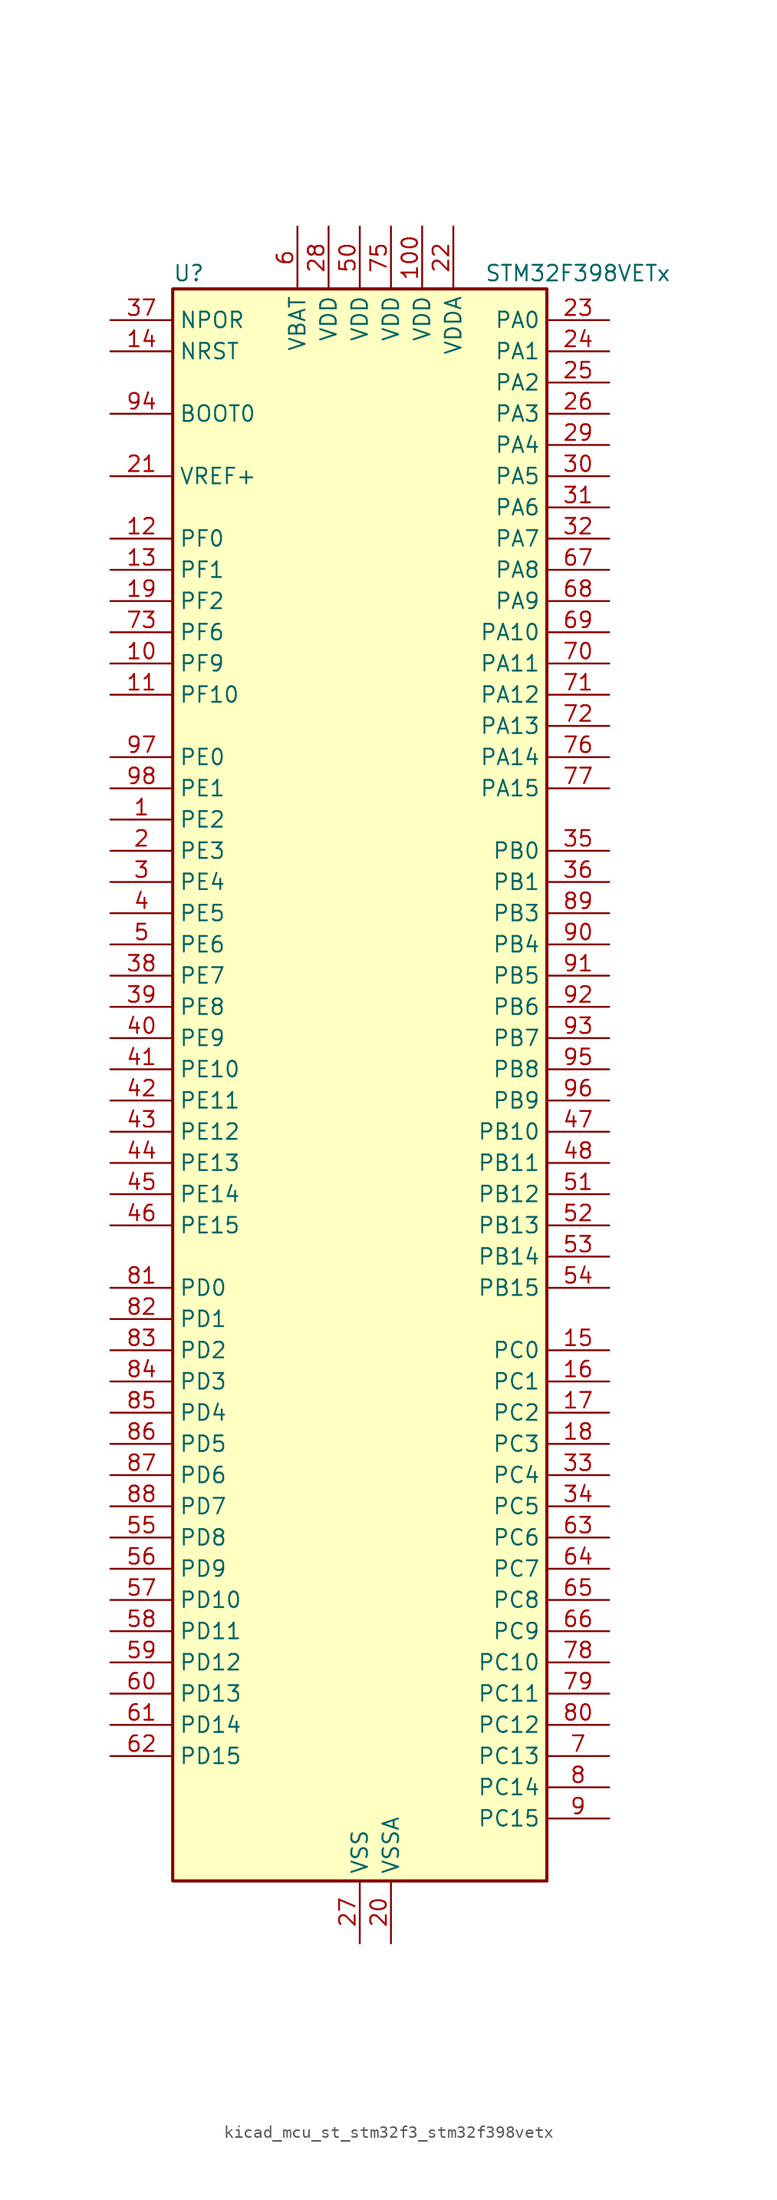
<source format=kicad_sym>
(kicad_symbol_lib
  (version 20220914)
  (generator kicad_symbol_editor)
  (symbol "kicad_mcu_st_stm32f3_stm32f398vetx"
    (property "Reference" "U"
      (at -15.24 67.31 0)
      (effects (font (size 1.27 1.27)) (justify left)))
    (property "Value" "STM32F398VETx"
      (at 10.16 67.31 0)
      (effects (font (size 1.27 1.27)) (justify left)))
    (property "ki_locked" ""
      (at 0 0 0)
      (effects (font (size 1.27 1.27))))
    (symbol "kicad_mcu_st_stm32f3_stm32f398vetx_0_1"
      (rectangle (start -15.24 -63.5) (end 15.24 66.04) (stroke (width 0.254) (type default)) (fill (type background))))
    (symbol "kicad_mcu_st_stm32f3_stm32f398vetx_1_1"
      (pin bidirectional line (at -20.32 22.86 0) (length 5.08) (name "PE2" (effects (font (size 1.27 1.27)))) (number "1" (effects (font (size 1.27 1.27)))) (alternate "ADC3_EXTI2" bidirectional line) (alternate "ADC4_EXTI2" bidirectional line) (alternate "FMC_A23" bidirectional line) (alternate "SPI4_SCK" bidirectional line) (alternate "SYS_TRACECK" bidirectional line) (alternate "TIM20_CH1" bidirectional line) (alternate "TIM3_CH1" bidirectional line) (alternate "TSC_G7_IO1" bidirectional line))
      (pin bidirectional line (at -20.32 35.56 0) (length 5.08) (name "PF9" (effects (font (size 1.27 1.27)))) (number "10" (effects (font (size 1.27 1.27)))) (alternate "DAC1_EXTI9" bidirectional line) (alternate "FMC_CD" bidirectional line) (alternate "SPI2_SCK" bidirectional line) (alternate "TIM15_CH1" bidirectional line) (alternate "TIM20_BKIN" bidirectional line))
      (pin power_in line (at 5.08 71.12 270) (length 5.08) (name "VDD" (effects (font (size 1.27 1.27)))) (number "100" (effects (font (size 1.27 1.27)))))
      (pin bidirectional line (at -20.32 33.02 0) (length 5.08) (name "PF10" (effects (font (size 1.27 1.27)))) (number "11" (effects (font (size 1.27 1.27)))) (alternate "FMC_INTR" bidirectional line) (alternate "SPI2_SCK" bidirectional line) (alternate "TIM15_CH2" bidirectional line) (alternate "TIM20_BKIN2" bidirectional line))
      (pin bidirectional line (at -20.32 45.72 0) (length 5.08) (name "PF0" (effects (font (size 1.27 1.27)))) (number "12" (effects (font (size 1.27 1.27)))) (alternate "I2C2_SDA" bidirectional line) (alternate "I2S2_WS" bidirectional line) (alternate "RCC_OSC_IN" bidirectional line) (alternate "SPI2_NSS" bidirectional line) (alternate "TIM1_CH3N" bidirectional line))
      (pin bidirectional line (at -20.32 43.18 0) (length 5.08) (name "PF1" (effects (font (size 1.27 1.27)))) (number "13" (effects (font (size 1.27 1.27)))) (alternate "I2C2_SCL" bidirectional line) (alternate "I2S2_CK" bidirectional line) (alternate "RCC_OSC_OUT" bidirectional line) (alternate "SPI2_SCK" bidirectional line))
      (pin input line (at -20.32 60.96 0) (length 5.08) (name "NRST" (effects (font (size 1.27 1.27)))) (number "14" (effects (font (size 1.27 1.27)))))
      (pin bidirectional line (at 20.32 -20.32 180) (length 5.08) (name "PC0" (effects (font (size 1.27 1.27)))) (number "15" (effects (font (size 1.27 1.27)))) (alternate "ADC1_IN6" bidirectional line) (alternate "ADC2_IN6" bidirectional line) (alternate "COMP7_INM" bidirectional line) (alternate "TIM1_CH1" bidirectional line))
      (pin bidirectional line (at 20.32 -22.86 180) (length 5.08) (name "PC1" (effects (font (size 1.27 1.27)))) (number "16" (effects (font (size 1.27 1.27)))) (alternate "ADC1_IN7" bidirectional line) (alternate "ADC2_IN7" bidirectional line) (alternate "COMP7_INP" bidirectional line) (alternate "TIM1_CH2" bidirectional line))
      (pin bidirectional line (at 20.32 -25.4 180) (length 5.08) (name "PC2" (effects (font (size 1.27 1.27)))) (number "17" (effects (font (size 1.27 1.27)))) (alternate "ADC1_IN8" bidirectional line) (alternate "ADC2_IN8" bidirectional line) (alternate "ADC3_EXTI2" bidirectional line) (alternate "ADC4_EXTI2" bidirectional line) (alternate "COMP7_OUT" bidirectional line) (alternate "TIM1_CH3" bidirectional line))
      (pin bidirectional line (at 20.32 -27.94 180) (length 5.08) (name "PC3" (effects (font (size 1.27 1.27)))) (number "18" (effects (font (size 1.27 1.27)))) (alternate "ADC1_IN9" bidirectional line) (alternate "ADC2_IN9" bidirectional line) (alternate "TIM1_BKIN2" bidirectional line) (alternate "TIM1_CH4" bidirectional line))
      (pin bidirectional line (at -20.32 40.64 0) (length 5.08) (name "PF2" (effects (font (size 1.27 1.27)))) (number "19" (effects (font (size 1.27 1.27)))) (alternate "ADC1_IN10" bidirectional line) (alternate "ADC2_IN10" bidirectional line) (alternate "ADC3_EXTI2" bidirectional line) (alternate "ADC4_EXTI2" bidirectional line) (alternate "FMC_A2" bidirectional line) (alternate "TIM20_CH3" bidirectional line))
      (pin bidirectional line (at -20.32 20.32 0) (length 5.08) (name "PE3" (effects (font (size 1.27 1.27)))) (number "2" (effects (font (size 1.27 1.27)))) (alternate "FMC_A19" bidirectional line) (alternate "SPI4_NSS" bidirectional line) (alternate "SYS_TRACED0" bidirectional line) (alternate "TIM20_CH2" bidirectional line) (alternate "TIM3_CH2" bidirectional line) (alternate "TSC_G7_IO2" bidirectional line))
      (pin power_in line (at 2.54 -68.58 90) (length 5.08) (name "VSSA" (effects (font (size 1.27 1.27)))) (number "20" (effects (font (size 1.27 1.27)))))
      (pin input line (at -20.32 50.8 0) (length 5.08) (name "VREF+" (effects (font (size 1.27 1.27)))) (number "21" (effects (font (size 1.27 1.27)))))
      (pin power_in line (at 7.62 71.12 270) (length 5.08) (name "VDDA" (effects (font (size 1.27 1.27)))) (number "22" (effects (font (size 1.27 1.27)))))
      (pin bidirectional line (at 20.32 63.5 180) (length 5.08) (name "PA0" (effects (font (size 1.27 1.27)))) (number "23" (effects (font (size 1.27 1.27)))) (alternate "ADC1_IN1" bidirectional line) (alternate "COMP1_INM" bidirectional line) (alternate "COMP1_OUT" bidirectional line) (alternate "RTC_TAMP2" bidirectional line) (alternate "SYS_WKUP1" bidirectional line) (alternate "TIM2_CH1" bidirectional line) (alternate "TIM2_ETR" bidirectional line) (alternate "TIM8_BKIN" bidirectional line) (alternate "TIM8_ETR" bidirectional line) (alternate "TSC_G1_IO1" bidirectional line) (alternate "USART2_CTS" bidirectional line))
      (pin bidirectional line (at 20.32 60.96 180) (length 5.08) (name "PA1" (effects (font (size 1.27 1.27)))) (number "24" (effects (font (size 1.27 1.27)))) (alternate "ADC1_IN2" bidirectional line) (alternate "COMP1_INP" bidirectional line) (alternate "OPAMP1_VINP" bidirectional line) (alternate "OPAMP1_VINP_SEC" bidirectional line) (alternate "OPAMP3_VINP" bidirectional line) (alternate "OPAMP3_VINP_SEC" bidirectional line) (alternate "RTC_REFIN" bidirectional line) (alternate "TIM15_CH1N" bidirectional line) (alternate "TIM2_CH2" bidirectional line) (alternate "TSC_G1_IO2" bidirectional line) (alternate "USART2_DE" bidirectional line) (alternate "USART2_RTS" bidirectional line))
      (pin bidirectional line (at 20.32 58.42 180) (length 5.08) (name "PA2" (effects (font (size 1.27 1.27)))) (number "25" (effects (font (size 1.27 1.27)))) (alternate "ADC1_IN3" bidirectional line) (alternate "ADC3_EXTI2" bidirectional line) (alternate "ADC4_EXTI2" bidirectional line) (alternate "COMP2_INM" bidirectional line) (alternate "COMP2_OUT" bidirectional line) (alternate "OPAMP1_VOUT" bidirectional line) (alternate "TIM15_CH1" bidirectional line) (alternate "TIM2_CH3" bidirectional line) (alternate "TSC_G1_IO3" bidirectional line) (alternate "USART2_TX" bidirectional line))
      (pin bidirectional line (at 20.32 55.88 180) (length 5.08) (name "PA3" (effects (font (size 1.27 1.27)))) (number "26" (effects (font (size 1.27 1.27)))) (alternate "ADC1_IN4" bidirectional line) (alternate "OPAMP1_VINM" bidirectional line) (alternate "OPAMP1_VINM_SEC" bidirectional line) (alternate "OPAMP1_VINP" bidirectional line) (alternate "OPAMP1_VINP_SEC" bidirectional line) (alternate "TIM15_CH2" bidirectional line) (alternate "TIM2_CH4" bidirectional line) (alternate "TSC_G1_IO4" bidirectional line) (alternate "USART2_RX" bidirectional line))
      (pin power_in line (at 0 -68.58 90) (length 5.08) (name "VSS" (effects (font (size 1.27 1.27)))) (number "27" (effects (font (size 1.27 1.27)))))
      (pin power_in line (at -2.54 71.12 270) (length 5.08) (name "VDD" (effects (font (size 1.27 1.27)))) (number "28" (effects (font (size 1.27 1.27)))))
      (pin bidirectional line (at 20.32 53.34 180) (length 5.08) (name "PA4" (effects (font (size 1.27 1.27)))) (number "29" (effects (font (size 1.27 1.27)))) (alternate "ADC2_IN1" bidirectional line) (alternate "COMP1_INM" bidirectional line) (alternate "COMP2_INM" bidirectional line) (alternate "COMP3_INM" bidirectional line) (alternate "COMP4_INM" bidirectional line) (alternate "COMP5_INM" bidirectional line) (alternate "COMP6_INM" bidirectional line) (alternate "COMP7_INM" bidirectional line) (alternate "DAC1_OUT1" bidirectional line) (alternate "I2S3_WS" bidirectional line) (alternate "OPAMP4_VINP" bidirectional line) (alternate "OPAMP4_VINP_SEC" bidirectional line) (alternate "SPI1_NSS" bidirectional line) (alternate "SPI3_NSS" bidirectional line) (alternate "TIM3_CH2" bidirectional line) (alternate "TSC_G2_IO1" bidirectional line) (alternate "USART2_CK" bidirectional line))
      (pin bidirectional line (at -20.32 17.78 0) (length 5.08) (name "PE4" (effects (font (size 1.27 1.27)))) (number "3" (effects (font (size 1.27 1.27)))) (alternate "FMC_A20" bidirectional line) (alternate "SPI4_NSS" bidirectional line) (alternate "SYS_TRACED1" bidirectional line) (alternate "TIM20_CH1N" bidirectional line) (alternate "TIM3_CH3" bidirectional line) (alternate "TSC_G7_IO3" bidirectional line))
      (pin bidirectional line (at 20.32 50.8 180) (length 5.08) (name "PA5" (effects (font (size 1.27 1.27)))) (number "30" (effects (font (size 1.27 1.27)))) (alternate "ADC2_IN2" bidirectional line) (alternate "COMP1_INM" bidirectional line) (alternate "COMP2_INM" bidirectional line) (alternate "COMP3_INM" bidirectional line) (alternate "COMP4_INM" bidirectional line) (alternate "COMP5_INM" bidirectional line) (alternate "COMP6_INM" bidirectional line) (alternate "COMP7_INM" bidirectional line) (alternate "DAC1_OUT2" bidirectional line) (alternate "OPAMP1_VINP" bidirectional line) (alternate "OPAMP1_VINP_SEC" bidirectional line) (alternate "OPAMP2_VINM" bidirectional line) (alternate "OPAMP2_VINM_SEC" bidirectional line) (alternate "OPAMP3_VINP" bidirectional line) (alternate "OPAMP3_VINP_SEC" bidirectional line) (alternate "SPI1_SCK" bidirectional line) (alternate "TIM2_CH1" bidirectional line) (alternate "TIM2_ETR" bidirectional line) (alternate "TSC_G2_IO2" bidirectional line))
      (pin bidirectional line (at 20.32 48.26 180) (length 5.08) (name "PA6" (effects (font (size 1.27 1.27)))) (number "31" (effects (font (size 1.27 1.27)))) (alternate "ADC2_IN3" bidirectional line) (alternate "COMP1_OUT" bidirectional line) (alternate "OPAMP2_VOUT" bidirectional line) (alternate "SPI1_MISO" bidirectional line) (alternate "TIM16_CH1" bidirectional line) (alternate "TIM1_BKIN" bidirectional line) (alternate "TIM3_CH1" bidirectional line) (alternate "TIM8_BKIN" bidirectional line) (alternate "TSC_G2_IO3" bidirectional line))
      (pin bidirectional line (at 20.32 45.72 180) (length 5.08) (name "PA7" (effects (font (size 1.27 1.27)))) (number "32" (effects (font (size 1.27 1.27)))) (alternate "ADC2_IN4" bidirectional line) (alternate "COMP2_INP" bidirectional line) (alternate "OPAMP1_VINP" bidirectional line) (alternate "OPAMP1_VINP_SEC" bidirectional line) (alternate "OPAMP2_VINP" bidirectional line) (alternate "OPAMP2_VINP_SEC" bidirectional line) (alternate "SPI1_MOSI" bidirectional line) (alternate "TIM17_CH1" bidirectional line) (alternate "TIM1_CH1N" bidirectional line) (alternate "TIM3_CH2" bidirectional line) (alternate "TIM8_CH1N" bidirectional line) (alternate "TSC_G2_IO4" bidirectional line))
      (pin bidirectional line (at 20.32 -30.48 180) (length 5.08) (name "PC4" (effects (font (size 1.27 1.27)))) (number "33" (effects (font (size 1.27 1.27)))) (alternate "ADC2_IN5" bidirectional line) (alternate "TIM1_ETR" bidirectional line) (alternate "USART1_TX" bidirectional line))
      (pin bidirectional line (at 20.32 -33.02 180) (length 5.08) (name "PC5" (effects (font (size 1.27 1.27)))) (number "34" (effects (font (size 1.27 1.27)))) (alternate "ADC2_IN11" bidirectional line) (alternate "OPAMP1_VINM" bidirectional line) (alternate "OPAMP1_VINM_SEC" bidirectional line) (alternate "OPAMP2_VINM" bidirectional line) (alternate "OPAMP2_VINM_SEC" bidirectional line) (alternate "TIM15_BKIN" bidirectional line) (alternate "TSC_G3_IO1" bidirectional line) (alternate "USART1_RX" bidirectional line))
      (pin bidirectional line (at 20.32 20.32 180) (length 5.08) (name "PB0" (effects (font (size 1.27 1.27)))) (number "35" (effects (font (size 1.27 1.27)))) (alternate "ADC3_IN12" bidirectional line) (alternate "COMP4_INP" bidirectional line) (alternate "OPAMP2_VINP" bidirectional line) (alternate "OPAMP2_VINP_SEC" bidirectional line) (alternate "OPAMP3_VINP" bidirectional line) (alternate "OPAMP3_VINP_SEC" bidirectional line) (alternate "TIM1_CH2N" bidirectional line) (alternate "TIM3_CH3" bidirectional line) (alternate "TIM8_CH2N" bidirectional line) (alternate "TSC_G3_IO2" bidirectional line))
      (pin bidirectional line (at 20.32 17.78 180) (length 5.08) (name "PB1" (effects (font (size 1.27 1.27)))) (number "36" (effects (font (size 1.27 1.27)))) (alternate "ADC3_IN1" bidirectional line) (alternate "COMP4_OUT" bidirectional line) (alternate "OPAMP3_VOUT" bidirectional line) (alternate "TIM1_CH3N" bidirectional line) (alternate "TIM3_CH4" bidirectional line) (alternate "TIM8_CH3N" bidirectional line) (alternate "TSC_G3_IO3" bidirectional line))
      (pin input line (at -20.32 63.5 0) (length 5.08) (name "NPOR" (effects (font (size 1.27 1.27)))) (number "37" (effects (font (size 1.27 1.27)))))
      (pin bidirectional line (at -20.32 10.16 0) (length 5.08) (name "PE7" (effects (font (size 1.27 1.27)))) (number "38" (effects (font (size 1.27 1.27)))) (alternate "ADC3_IN13" bidirectional line) (alternate "FMC_D4" bidirectional line) (alternate "FMC_DA4" bidirectional line) (alternate "TIM1_ETR" bidirectional line))
      (pin bidirectional line (at -20.32 7.62 0) (length 5.08) (name "PE8" (effects (font (size 1.27 1.27)))) (number "39" (effects (font (size 1.27 1.27)))) (alternate "ADC3_IN6" bidirectional line) (alternate "ADC4_IN6" bidirectional line) (alternate "COMP4_INM" bidirectional line) (alternate "FMC_D5" bidirectional line) (alternate "FMC_DA5" bidirectional line) (alternate "TIM1_CH1N" bidirectional line))
      (pin bidirectional line (at -20.32 15.24 0) (length 5.08) (name "PE5" (effects (font (size 1.27 1.27)))) (number "4" (effects (font (size 1.27 1.27)))) (alternate "FMC_A21" bidirectional line) (alternate "SPI4_MISO" bidirectional line) (alternate "SYS_TRACED2" bidirectional line) (alternate "TIM20_CH2N" bidirectional line) (alternate "TIM3_CH4" bidirectional line) (alternate "TSC_G7_IO4" bidirectional line))
      (pin bidirectional line (at -20.32 5.08 0) (length 5.08) (name "PE9" (effects (font (size 1.27 1.27)))) (number "40" (effects (font (size 1.27 1.27)))) (alternate "ADC3_IN2" bidirectional line) (alternate "DAC1_EXTI9" bidirectional line) (alternate "FMC_D6" bidirectional line) (alternate "FMC_DA6" bidirectional line) (alternate "TIM1_CH1" bidirectional line))
      (pin bidirectional line (at -20.32 2.54 0) (length 5.08) (name "PE10" (effects (font (size 1.27 1.27)))) (number "41" (effects (font (size 1.27 1.27)))) (alternate "ADC3_IN14" bidirectional line) (alternate "FMC_D7" bidirectional line) (alternate "FMC_DA7" bidirectional line) (alternate "TIM1_CH2N" bidirectional line))
      (pin bidirectional line (at -20.32 0 0) (length 5.08) (name "PE11" (effects (font (size 1.27 1.27)))) (number "42" (effects (font (size 1.27 1.27)))) (alternate "ADC1_EXTI11" bidirectional line) (alternate "ADC2_EXTI11" bidirectional line) (alternate "ADC3_IN15" bidirectional line) (alternate "FMC_D8" bidirectional line) (alternate "FMC_DA8" bidirectional line) (alternate "SPI4_NSS" bidirectional line) (alternate "TIM1_CH2" bidirectional line))
      (pin bidirectional line (at -20.32 -2.54 0) (length 5.08) (name "PE12" (effects (font (size 1.27 1.27)))) (number "43" (effects (font (size 1.27 1.27)))) (alternate "ADC3_IN16" bidirectional line) (alternate "FMC_D9" bidirectional line) (alternate "FMC_DA9" bidirectional line) (alternate "SPI4_SCK" bidirectional line) (alternate "TIM1_CH3N" bidirectional line))
      (pin bidirectional line (at -20.32 -5.08 0) (length 5.08) (name "PE13" (effects (font (size 1.27 1.27)))) (number "44" (effects (font (size 1.27 1.27)))) (alternate "ADC3_IN3" bidirectional line) (alternate "FMC_D10" bidirectional line) (alternate "FMC_DA10" bidirectional line) (alternate "SPI4_MISO" bidirectional line) (alternate "TIM1_CH3" bidirectional line))
      (pin bidirectional line (at -20.32 -7.62 0) (length 5.08) (name "PE14" (effects (font (size 1.27 1.27)))) (number "45" (effects (font (size 1.27 1.27)))) (alternate "ADC4_IN1" bidirectional line) (alternate "FMC_D11" bidirectional line) (alternate "FMC_DA11" bidirectional line) (alternate "SPI4_MOSI" bidirectional line) (alternate "TIM1_BKIN2" bidirectional line) (alternate "TIM1_CH4" bidirectional line))
      (pin bidirectional line (at -20.32 -10.16 0) (length 5.08) (name "PE15" (effects (font (size 1.27 1.27)))) (number "46" (effects (font (size 1.27 1.27)))) (alternate "ADC1_EXTI15" bidirectional line) (alternate "ADC2_EXTI15" bidirectional line) (alternate "ADC3_EXTI15" bidirectional line) (alternate "ADC4_EXTI15" bidirectional line) (alternate "ADC4_IN2" bidirectional line) (alternate "FMC_D12" bidirectional line) (alternate "FMC_DA12" bidirectional line) (alternate "TIM1_BKIN" bidirectional line) (alternate "USART3_RX" bidirectional line))
      (pin bidirectional line (at 20.32 -2.54 180) (length 5.08) (name "PB10" (effects (font (size 1.27 1.27)))) (number "47" (effects (font (size 1.27 1.27)))) (alternate "COMP5_INM" bidirectional line) (alternate "OPAMP3_VINM" bidirectional line) (alternate "OPAMP3_VINM_SEC" bidirectional line) (alternate "OPAMP4_VINM" bidirectional line) (alternate "OPAMP4_VINM_SEC" bidirectional line) (alternate "TIM2_CH3" bidirectional line) (alternate "TSC_SYNC" bidirectional line) (alternate "USART3_TX" bidirectional line))
      (pin bidirectional line (at 20.32 -5.08 180) (length 5.08) (name "PB11" (effects (font (size 1.27 1.27)))) (number "48" (effects (font (size 1.27 1.27)))) (alternate "ADC1_EXTI11" bidirectional line) (alternate "ADC1_IN14" bidirectional line) (alternate "ADC2_EXTI11" bidirectional line) (alternate "ADC2_IN14" bidirectional line) (alternate "COMP6_INP" bidirectional line) (alternate "OPAMP4_VINP" bidirectional line) (alternate "OPAMP4_VINP_SEC" bidirectional line) (alternate "TIM2_CH4" bidirectional line) (alternate "TSC_G6_IO1" bidirectional line) (alternate "USART3_RX" bidirectional line))
      (pin passive line (at 0 -68.58 90) (length 5.08) hide (name "VSS" (effects (font (size 1.27 1.27)))) (number "49" (effects (font (size 1.27 1.27)))))
      (pin bidirectional line (at -20.32 12.7 0) (length 5.08) (name "PE6" (effects (font (size 1.27 1.27)))) (number "5" (effects (font (size 1.27 1.27)))) (alternate "FMC_A22" bidirectional line) (alternate "RTC_TAMP3" bidirectional line) (alternate "SPI4_MOSI" bidirectional line) (alternate "SYS_TRACED3" bidirectional line) (alternate "SYS_WKUP3" bidirectional line) (alternate "TIM20_CH3N" bidirectional line))
      (pin power_in line (at 0 71.12 270) (length 5.08) (name "VDD" (effects (font (size 1.27 1.27)))) (number "50" (effects (font (size 1.27 1.27)))))
      (pin bidirectional line (at 20.32 -7.62 180) (length 5.08) (name "PB12" (effects (font (size 1.27 1.27)))) (number "51" (effects (font (size 1.27 1.27)))) (alternate "ADC4_IN3" bidirectional line) (alternate "COMP3_INM" bidirectional line) (alternate "I2C2_SMBA" bidirectional line) (alternate "I2S2_WS" bidirectional line) (alternate "OPAMP4_VOUT" bidirectional line) (alternate "SPI2_NSS" bidirectional line) (alternate "TIM1_BKIN" bidirectional line) (alternate "TSC_G6_IO2" bidirectional line) (alternate "USART3_CK" bidirectional line))
      (pin bidirectional line (at 20.32 -10.16 180) (length 5.08) (name "PB13" (effects (font (size 1.27 1.27)))) (number "52" (effects (font (size 1.27 1.27)))) (alternate "ADC3_IN5" bidirectional line) (alternate "COMP5_INP" bidirectional line) (alternate "I2S2_CK" bidirectional line) (alternate "OPAMP3_VINP" bidirectional line) (alternate "OPAMP3_VINP_SEC" bidirectional line) (alternate "OPAMP4_VINP" bidirectional line) (alternate "OPAMP4_VINP_SEC" bidirectional line) (alternate "SPI2_SCK" bidirectional line) (alternate "TIM1_CH1N" bidirectional line) (alternate "TSC_G6_IO3" bidirectional line) (alternate "USART3_CTS" bidirectional line))
      (pin bidirectional line (at 20.32 -12.7 180) (length 5.08) (name "PB14" (effects (font (size 1.27 1.27)))) (number "53" (effects (font (size 1.27 1.27)))) (alternate "ADC4_IN4" bidirectional line) (alternate "COMP3_INP" bidirectional line) (alternate "I2S2_ext_SD" bidirectional line) (alternate "OPAMP2_VINP" bidirectional line) (alternate "OPAMP2_VINP_SEC" bidirectional line) (alternate "SPI2_MISO" bidirectional line) (alternate "TIM15_CH1" bidirectional line) (alternate "TIM1_CH2N" bidirectional line) (alternate "TSC_G6_IO4" bidirectional line) (alternate "USART3_DE" bidirectional line) (alternate "USART3_RTS" bidirectional line))
      (pin bidirectional line (at 20.32 -15.24 180) (length 5.08) (name "PB15" (effects (font (size 1.27 1.27)))) (number "54" (effects (font (size 1.27 1.27)))) (alternate "ADC1_EXTI15" bidirectional line) (alternate "ADC2_EXTI15" bidirectional line) (alternate "ADC3_EXTI15" bidirectional line) (alternate "ADC4_EXTI15" bidirectional line) (alternate "ADC4_IN5" bidirectional line) (alternate "COMP6_INM" bidirectional line) (alternate "I2S2_SD" bidirectional line) (alternate "RTC_REFIN" bidirectional line) (alternate "SPI2_MOSI" bidirectional line) (alternate "TIM15_CH1N" bidirectional line) (alternate "TIM15_CH2" bidirectional line) (alternate "TIM1_CH3N" bidirectional line))
      (pin bidirectional line (at -20.32 -35.56 0) (length 5.08) (name "PD8" (effects (font (size 1.27 1.27)))) (number "55" (effects (font (size 1.27 1.27)))) (alternate "ADC4_IN12" bidirectional line) (alternate "FMC_D13" bidirectional line) (alternate "FMC_DA13" bidirectional line) (alternate "OPAMP4_VINM" bidirectional line) (alternate "OPAMP4_VINM_SEC" bidirectional line) (alternate "USART3_TX" bidirectional line))
      (pin bidirectional line (at -20.32 -38.1 0) (length 5.08) (name "PD9" (effects (font (size 1.27 1.27)))) (number "56" (effects (font (size 1.27 1.27)))) (alternate "ADC4_IN13" bidirectional line) (alternate "DAC1_EXTI9" bidirectional line) (alternate "FMC_D14" bidirectional line) (alternate "FMC_DA14" bidirectional line) (alternate "USART3_RX" bidirectional line))
      (pin bidirectional line (at -20.32 -40.64 0) (length 5.08) (name "PD10" (effects (font (size 1.27 1.27)))) (number "57" (effects (font (size 1.27 1.27)))) (alternate "ADC3_IN7" bidirectional line) (alternate "ADC4_IN7" bidirectional line) (alternate "COMP6_INM" bidirectional line) (alternate "FMC_D15" bidirectional line) (alternate "FMC_DA15" bidirectional line) (alternate "USART3_CK" bidirectional line))
      (pin bidirectional line (at -20.32 -43.18 0) (length 5.08) (name "PD11" (effects (font (size 1.27 1.27)))) (number "58" (effects (font (size 1.27 1.27)))) (alternate "ADC1_EXTI11" bidirectional line) (alternate "ADC2_EXTI11" bidirectional line) (alternate "ADC3_IN8" bidirectional line) (alternate "ADC4_IN8" bidirectional line) (alternate "FMC_A16" bidirectional line) (alternate "FMC_CLE" bidirectional line) (alternate "OPAMP4_VINP" bidirectional line) (alternate "OPAMP4_VINP_SEC" bidirectional line) (alternate "USART3_CTS" bidirectional line))
      (pin bidirectional line (at -20.32 -45.72 0) (length 5.08) (name "PD12" (effects (font (size 1.27 1.27)))) (number "59" (effects (font (size 1.27 1.27)))) (alternate "ADC3_IN9" bidirectional line) (alternate "ADC4_IN9" bidirectional line) (alternate "FMC_A17" bidirectional line) (alternate "FMC_ALE" bidirectional line) (alternate "TIM4_CH1" bidirectional line) (alternate "TSC_G8_IO1" bidirectional line) (alternate "USART3_DE" bidirectional line) (alternate "USART3_RTS" bidirectional line))
      (pin power_in line (at -5.08 71.12 270) (length 5.08) (name "VBAT" (effects (font (size 1.27 1.27)))) (number "6" (effects (font (size 1.27 1.27)))))
      (pin bidirectional line (at -20.32 -48.26 0) (length 5.08) (name "PD13" (effects (font (size 1.27 1.27)))) (number "60" (effects (font (size 1.27 1.27)))) (alternate "ADC3_IN10" bidirectional line) (alternate "ADC4_IN10" bidirectional line) (alternate "COMP5_INM" bidirectional line) (alternate "FMC_A18" bidirectional line) (alternate "TIM4_CH2" bidirectional line) (alternate "TSC_G8_IO2" bidirectional line))
      (pin bidirectional line (at -20.32 -50.8 0) (length 5.08) (name "PD14" (effects (font (size 1.27 1.27)))) (number "61" (effects (font (size 1.27 1.27)))) (alternate "ADC3_IN11" bidirectional line) (alternate "ADC4_IN11" bidirectional line) (alternate "FMC_D0" bidirectional line) (alternate "FMC_DA0" bidirectional line) (alternate "OPAMP2_VINP" bidirectional line) (alternate "OPAMP2_VINP_SEC" bidirectional line) (alternate "TIM4_CH3" bidirectional line) (alternate "TSC_G8_IO3" bidirectional line))
      (pin bidirectional line (at -20.32 -53.34 0) (length 5.08) (name "PD15" (effects (font (size 1.27 1.27)))) (number "62" (effects (font (size 1.27 1.27)))) (alternate "ADC1_EXTI15" bidirectional line) (alternate "ADC2_EXTI15" bidirectional line) (alternate "ADC3_EXTI15" bidirectional line) (alternate "ADC4_EXTI15" bidirectional line) (alternate "COMP3_INM" bidirectional line) (alternate "FMC_D1" bidirectional line) (alternate "FMC_DA1" bidirectional line) (alternate "SPI2_NSS" bidirectional line) (alternate "TIM4_CH4" bidirectional line) (alternate "TSC_G8_IO4" bidirectional line))
      (pin bidirectional line (at 20.32 -35.56 180) (length 5.08) (name "PC6" (effects (font (size 1.27 1.27)))) (number "63" (effects (font (size 1.27 1.27)))) (alternate "COMP6_OUT" bidirectional line) (alternate "I2S2_MCK" bidirectional line) (alternate "TIM3_CH1" bidirectional line) (alternate "TIM8_CH1" bidirectional line))
      (pin bidirectional line (at 20.32 -38.1 180) (length 5.08) (name "PC7" (effects (font (size 1.27 1.27)))) (number "64" (effects (font (size 1.27 1.27)))) (alternate "COMP5_OUT" bidirectional line) (alternate "I2S3_MCK" bidirectional line) (alternate "TIM3_CH2" bidirectional line) (alternate "TIM8_CH2" bidirectional line))
      (pin bidirectional line (at 20.32 -40.64 180) (length 5.08) (name "PC8" (effects (font (size 1.27 1.27)))) (number "65" (effects (font (size 1.27 1.27)))) (alternate "COMP3_OUT" bidirectional line) (alternate "TIM3_CH3" bidirectional line) (alternate "TIM8_CH3" bidirectional line))
      (pin bidirectional line (at 20.32 -43.18 180) (length 5.08) (name "PC9" (effects (font (size 1.27 1.27)))) (number "66" (effects (font (size 1.27 1.27)))) (alternate "DAC1_EXTI9" bidirectional line) (alternate "I2C3_SDA" bidirectional line) (alternate "I2S_CKIN" bidirectional line) (alternate "TIM3_CH4" bidirectional line) (alternate "TIM8_BKIN2" bidirectional line) (alternate "TIM8_CH4" bidirectional line))
      (pin bidirectional line (at 20.32 43.18 180) (length 5.08) (name "PA8" (effects (font (size 1.27 1.27)))) (number "67" (effects (font (size 1.27 1.27)))) (alternate "COMP3_OUT" bidirectional line) (alternate "I2C2_SMBA" bidirectional line) (alternate "I2C3_SCL" bidirectional line) (alternate "I2S2_MCK" bidirectional line) (alternate "RCC_MCO" bidirectional line) (alternate "TIM1_CH1" bidirectional line) (alternate "TIM4_ETR" bidirectional line) (alternate "USART1_CK" bidirectional line))
      (pin bidirectional line (at 20.32 40.64 180) (length 5.08) (name "PA9" (effects (font (size 1.27 1.27)))) (number "68" (effects (font (size 1.27 1.27)))) (alternate "COMP5_OUT" bidirectional line) (alternate "DAC1_EXTI9" bidirectional line) (alternate "I2C2_SCL" bidirectional line) (alternate "I2C3_SMBA" bidirectional line) (alternate "I2S3_MCK" bidirectional line) (alternate "TIM15_BKIN" bidirectional line) (alternate "TIM1_CH2" bidirectional line) (alternate "TIM2_CH3" bidirectional line) (alternate "TSC_G4_IO1" bidirectional line) (alternate "USART1_TX" bidirectional line))
      (pin bidirectional line (at 20.32 38.1 180) (length 5.08) (name "PA10" (effects (font (size 1.27 1.27)))) (number "69" (effects (font (size 1.27 1.27)))) (alternate "COMP6_OUT" bidirectional line) (alternate "I2C2_SDA" bidirectional line) (alternate "I2S2_ext_SD" bidirectional line) (alternate "SPI2_MISO" bidirectional line) (alternate "TIM17_BKIN" bidirectional line) (alternate "TIM1_CH3" bidirectional line) (alternate "TIM2_CH4" bidirectional line) (alternate "TIM8_BKIN" bidirectional line) (alternate "TSC_G4_IO2" bidirectional line) (alternate "USART1_RX" bidirectional line))
      (pin bidirectional line (at 20.32 -53.34 180) (length 5.08) (name "PC13" (effects (font (size 1.27 1.27)))) (number "7" (effects (font (size 1.27 1.27)))) (alternate "RTC_OUT_ALARM" bidirectional line) (alternate "RTC_OUT_CALIB" bidirectional line) (alternate "RTC_TAMP1" bidirectional line) (alternate "RTC_TS" bidirectional line) (alternate "SYS_WKUP2" bidirectional line) (alternate "TIM1_CH1N" bidirectional line))
      (pin bidirectional line (at 20.32 35.56 180) (length 5.08) (name "PA11" (effects (font (size 1.27 1.27)))) (number "70" (effects (font (size 1.27 1.27)))) (alternate "ADC1_EXTI11" bidirectional line) (alternate "ADC2_EXTI11" bidirectional line) (alternate "CAN_RX" bidirectional line) (alternate "COMP1_OUT" bidirectional line) (alternate "I2S2_SD" bidirectional line) (alternate "SPI2_MOSI" bidirectional line) (alternate "TIM1_BKIN2" bidirectional line) (alternate "TIM1_CH1N" bidirectional line) (alternate "TIM1_CH4" bidirectional line) (alternate "TIM4_CH1" bidirectional line) (alternate "USART1_CTS" bidirectional line))
      (pin bidirectional line (at 20.32 33.02 180) (length 5.08) (name "PA12" (effects (font (size 1.27 1.27)))) (number "71" (effects (font (size 1.27 1.27)))) (alternate "CAN_TX" bidirectional line) (alternate "COMP2_OUT" bidirectional line) (alternate "I2S_CKIN" bidirectional line) (alternate "TIM16_CH1" bidirectional line) (alternate "TIM1_CH2N" bidirectional line) (alternate "TIM1_ETR" bidirectional line) (alternate "TIM4_CH2" bidirectional line) (alternate "USART1_DE" bidirectional line) (alternate "USART1_RTS" bidirectional line))
      (pin bidirectional line (at 20.32 30.48 180) (length 5.08) (name "PA13" (effects (font (size 1.27 1.27)))) (number "72" (effects (font (size 1.27 1.27)))) (alternate "IR_OUT" bidirectional line) (alternate "SYS_JTMS-SWDIO" bidirectional line) (alternate "TIM16_CH1N" bidirectional line) (alternate "TIM4_CH3" bidirectional line) (alternate "TSC_G4_IO3" bidirectional line) (alternate "USART3_CTS" bidirectional line))
      (pin bidirectional line (at -20.32 38.1 0) (length 5.08) (name "PF6" (effects (font (size 1.27 1.27)))) (number "73" (effects (font (size 1.27 1.27)))) (alternate "FMC_NIORD" bidirectional line) (alternate "I2C2_SCL" bidirectional line) (alternate "TIM4_CH4" bidirectional line) (alternate "USART3_DE" bidirectional line) (alternate "USART3_RTS" bidirectional line))
      (pin passive line (at 0 -68.58 90) (length 5.08) hide (name "VSS" (effects (font (size 1.27 1.27)))) (number "74" (effects (font (size 1.27 1.27)))))
      (pin power_in line (at 2.54 71.12 270) (length 5.08) (name "VDD" (effects (font (size 1.27 1.27)))) (number "75" (effects (font (size 1.27 1.27)))))
      (pin bidirectional line (at 20.32 27.94 180) (length 5.08) (name "PA14" (effects (font (size 1.27 1.27)))) (number "76" (effects (font (size 1.27 1.27)))) (alternate "I2C1_SDA" bidirectional line) (alternate "SYS_JTCK-SWCLK" bidirectional line) (alternate "TIM1_BKIN" bidirectional line) (alternate "TIM8_CH2" bidirectional line) (alternate "TSC_G4_IO4" bidirectional line) (alternate "USART2_TX" bidirectional line))
      (pin bidirectional line (at 20.32 25.4 180) (length 5.08) (name "PA15" (effects (font (size 1.27 1.27)))) (number "77" (effects (font (size 1.27 1.27)))) (alternate "ADC1_EXTI15" bidirectional line) (alternate "ADC2_EXTI15" bidirectional line) (alternate "ADC3_EXTI15" bidirectional line) (alternate "ADC4_EXTI15" bidirectional line) (alternate "I2C1_SCL" bidirectional line) (alternate "I2S3_WS" bidirectional line) (alternate "SPI1_NSS" bidirectional line) (alternate "SPI3_NSS" bidirectional line) (alternate "SYS_JTDI" bidirectional line) (alternate "TIM1_BKIN" bidirectional line) (alternate "TIM2_CH1" bidirectional line) (alternate "TIM2_ETR" bidirectional line) (alternate "TIM8_CH1" bidirectional line) (alternate "TSC_SYNC" bidirectional line) (alternate "USART2_RX" bidirectional line))
      (pin bidirectional line (at 20.32 -45.72 180) (length 5.08) (name "PC10" (effects (font (size 1.27 1.27)))) (number "78" (effects (font (size 1.27 1.27)))) (alternate "I2S3_CK" bidirectional line) (alternate "SPI3_SCK" bidirectional line) (alternate "TIM8_CH1N" bidirectional line) (alternate "UART4_TX" bidirectional line) (alternate "USART3_TX" bidirectional line))
      (pin bidirectional line (at 20.32 -48.26 180) (length 5.08) (name "PC11" (effects (font (size 1.27 1.27)))) (number "79" (effects (font (size 1.27 1.27)))) (alternate "ADC1_EXTI11" bidirectional line) (alternate "ADC2_EXTI11" bidirectional line) (alternate "I2S3_ext_SD" bidirectional line) (alternate "SPI3_MISO" bidirectional line) (alternate "TIM8_CH2N" bidirectional line) (alternate "UART4_RX" bidirectional line) (alternate "USART3_RX" bidirectional line))
      (pin bidirectional line (at 20.32 -55.88 180) (length 5.08) (name "PC14" (effects (font (size 1.27 1.27)))) (number "8" (effects (font (size 1.27 1.27)))) (alternate "RCC_OSC32_IN" bidirectional line))
      (pin bidirectional line (at 20.32 -50.8 180) (length 5.08) (name "PC12" (effects (font (size 1.27 1.27)))) (number "80" (effects (font (size 1.27 1.27)))) (alternate "I2S3_SD" bidirectional line) (alternate "SPI3_MOSI" bidirectional line) (alternate "TIM8_CH3N" bidirectional line) (alternate "UART5_TX" bidirectional line) (alternate "USART3_CK" bidirectional line))
      (pin bidirectional line (at -20.32 -15.24 0) (length 5.08) (name "PD0" (effects (font (size 1.27 1.27)))) (number "81" (effects (font (size 1.27 1.27)))) (alternate "CAN_RX" bidirectional line) (alternate "FMC_D2" bidirectional line) (alternate "FMC_DA2" bidirectional line))
      (pin bidirectional line (at -20.32 -17.78 0) (length 5.08) (name "PD1" (effects (font (size 1.27 1.27)))) (number "82" (effects (font (size 1.27 1.27)))) (alternate "CAN_TX" bidirectional line) (alternate "FMC_D3" bidirectional line) (alternate "FMC_DA3" bidirectional line) (alternate "TIM8_BKIN2" bidirectional line) (alternate "TIM8_CH4" bidirectional line))
      (pin bidirectional line (at -20.32 -20.32 0) (length 5.08) (name "PD2" (effects (font (size 1.27 1.27)))) (number "83" (effects (font (size 1.27 1.27)))) (alternate "ADC3_EXTI2" bidirectional line) (alternate "ADC4_EXTI2" bidirectional line) (alternate "TIM3_ETR" bidirectional line) (alternate "TIM8_BKIN" bidirectional line) (alternate "UART5_RX" bidirectional line))
      (pin bidirectional line (at -20.32 -22.86 0) (length 5.08) (name "PD3" (effects (font (size 1.27 1.27)))) (number "84" (effects (font (size 1.27 1.27)))) (alternate "FMC_CLK" bidirectional line) (alternate "TIM2_CH1" bidirectional line) (alternate "TIM2_ETR" bidirectional line) (alternate "USART2_CTS" bidirectional line))
      (pin bidirectional line (at -20.32 -25.4 0) (length 5.08) (name "PD4" (effects (font (size 1.27 1.27)))) (number "85" (effects (font (size 1.27 1.27)))) (alternate "FMC_NOE" bidirectional line) (alternate "TIM2_CH2" bidirectional line) (alternate "USART2_DE" bidirectional line) (alternate "USART2_RTS" bidirectional line))
      (pin bidirectional line (at -20.32 -27.94 0) (length 5.08) (name "PD5" (effects (font (size 1.27 1.27)))) (number "86" (effects (font (size 1.27 1.27)))) (alternate "FMC_NWE" bidirectional line) (alternate "USART2_TX" bidirectional line))
      (pin bidirectional line (at -20.32 -30.48 0) (length 5.08) (name "PD6" (effects (font (size 1.27 1.27)))) (number "87" (effects (font (size 1.27 1.27)))) (alternate "FMC_NWAIT" bidirectional line) (alternate "TIM2_CH4" bidirectional line) (alternate "USART2_RX" bidirectional line))
      (pin bidirectional line (at -20.32 -33.02 0) (length 5.08) (name "PD7" (effects (font (size 1.27 1.27)))) (number "88" (effects (font (size 1.27 1.27)))) (alternate "FMC_NCE2" bidirectional line) (alternate "FMC_NE1" bidirectional line) (alternate "TIM2_CH3" bidirectional line) (alternate "USART2_CK" bidirectional line))
      (pin bidirectional line (at 20.32 15.24 180) (length 5.08) (name "PB3" (effects (font (size 1.27 1.27)))) (number "89" (effects (font (size 1.27 1.27)))) (alternate "I2S3_CK" bidirectional line) (alternate "SPI1_SCK" bidirectional line) (alternate "SPI3_SCK" bidirectional line) (alternate "SYS_JTDO-TRACESWO" bidirectional line) (alternate "TIM2_CH2" bidirectional line) (alternate "TIM3_ETR" bidirectional line) (alternate "TIM4_ETR" bidirectional line) (alternate "TIM8_CH1N" bidirectional line) (alternate "TSC_G5_IO1" bidirectional line) (alternate "USART2_TX" bidirectional line))
      (pin bidirectional line (at 20.32 -58.42 180) (length 5.08) (name "PC15" (effects (font (size 1.27 1.27)))) (number "9" (effects (font (size 1.27 1.27)))) (alternate "ADC1_EXTI15" bidirectional line) (alternate "ADC2_EXTI15" bidirectional line) (alternate "ADC3_EXTI15" bidirectional line) (alternate "ADC4_EXTI15" bidirectional line) (alternate "RCC_OSC32_OUT" bidirectional line))
      (pin bidirectional line (at 20.32 12.7 180) (length 5.08) (name "PB4" (effects (font (size 1.27 1.27)))) (number "90" (effects (font (size 1.27 1.27)))) (alternate "I2S3_ext_SD" bidirectional line) (alternate "SPI1_MISO" bidirectional line) (alternate "SPI3_MISO" bidirectional line) (alternate "SYS_NJTRST" bidirectional line) (alternate "TIM16_CH1" bidirectional line) (alternate "TIM17_BKIN" bidirectional line) (alternate "TIM3_CH1" bidirectional line) (alternate "TIM8_CH2N" bidirectional line) (alternate "TSC_G5_IO2" bidirectional line) (alternate "USART2_RX" bidirectional line))
      (pin bidirectional line (at 20.32 10.16 180) (length 5.08) (name "PB5" (effects (font (size 1.27 1.27)))) (number "91" (effects (font (size 1.27 1.27)))) (alternate "I2C1_SMBA" bidirectional line) (alternate "I2C3_SDA" bidirectional line) (alternate "I2S3_SD" bidirectional line) (alternate "SPI1_MOSI" bidirectional line) (alternate "SPI3_MOSI" bidirectional line) (alternate "TIM16_BKIN" bidirectional line) (alternate "TIM17_CH1" bidirectional line) (alternate "TIM3_CH2" bidirectional line) (alternate "TIM8_CH3N" bidirectional line) (alternate "USART2_CK" bidirectional line))
      (pin bidirectional line (at 20.32 7.62 180) (length 5.08) (name "PB6" (effects (font (size 1.27 1.27)))) (number "92" (effects (font (size 1.27 1.27)))) (alternate "I2C1_SCL" bidirectional line) (alternate "TIM16_CH1N" bidirectional line) (alternate "TIM4_CH1" bidirectional line) (alternate "TIM8_BKIN2" bidirectional line) (alternate "TIM8_CH1" bidirectional line) (alternate "TIM8_ETR" bidirectional line) (alternate "TSC_G5_IO3" bidirectional line) (alternate "USART1_TX" bidirectional line))
      (pin bidirectional line (at 20.32 5.08 180) (length 5.08) (name "PB7" (effects (font (size 1.27 1.27)))) (number "93" (effects (font (size 1.27 1.27)))) (alternate "FMC_NL" bidirectional line) (alternate "I2C1_SDA" bidirectional line) (alternate "TIM17_CH1N" bidirectional line) (alternate "TIM3_CH4" bidirectional line) (alternate "TIM4_CH2" bidirectional line) (alternate "TIM8_BKIN" bidirectional line) (alternate "TSC_G5_IO4" bidirectional line) (alternate "USART1_RX" bidirectional line))
      (pin input line (at -20.32 55.88 0) (length 5.08) (name "BOOT0" (effects (font (size 1.27 1.27)))) (number "94" (effects (font (size 1.27 1.27)))))
      (pin bidirectional line (at 20.32 2.54 180) (length 5.08) (name "PB8" (effects (font (size 1.27 1.27)))) (number "95" (effects (font (size 1.27 1.27)))) (alternate "CAN_RX" bidirectional line) (alternate "COMP1_OUT" bidirectional line) (alternate "I2C1_SCL" bidirectional line) (alternate "TIM16_CH1" bidirectional line) (alternate "TIM1_BKIN" bidirectional line) (alternate "TIM4_CH3" bidirectional line) (alternate "TIM8_CH2" bidirectional line) (alternate "TSC_SYNC" bidirectional line) (alternate "USART3_RX" bidirectional line))
      (pin bidirectional line (at 20.32 0 180) (length 5.08) (name "PB9" (effects (font (size 1.27 1.27)))) (number "96" (effects (font (size 1.27 1.27)))) (alternate "CAN_TX" bidirectional line) (alternate "COMP2_OUT" bidirectional line) (alternate "DAC1_EXTI9" bidirectional line) (alternate "I2C1_SDA" bidirectional line) (alternate "IR_OUT" bidirectional line) (alternate "TIM17_CH1" bidirectional line) (alternate "TIM4_CH4" bidirectional line) (alternate "TIM8_CH3" bidirectional line) (alternate "USART3_TX" bidirectional line))
      (pin bidirectional line (at -20.32 27.94 0) (length 5.08) (name "PE0" (effects (font (size 1.27 1.27)))) (number "97" (effects (font (size 1.27 1.27)))) (alternate "FMC_NBL0" bidirectional line) (alternate "TIM16_CH1" bidirectional line) (alternate "TIM20_ETR" bidirectional line) (alternate "TIM4_ETR" bidirectional line) (alternate "USART1_TX" bidirectional line))
      (pin bidirectional line (at -20.32 25.4 0) (length 5.08) (name "PE1" (effects (font (size 1.27 1.27)))) (number "98" (effects (font (size 1.27 1.27)))) (alternate "FMC_NBL1" bidirectional line) (alternate "TIM17_CH1" bidirectional line) (alternate "TIM20_CH4" bidirectional line) (alternate "USART1_RX" bidirectional line))
      (pin passive line (at 0 -68.58 90) (length 5.08) hide (name "VSS" (effects (font (size 1.27 1.27)))) (number "99" (effects (font (size 1.27 1.27))))))))
</source>
